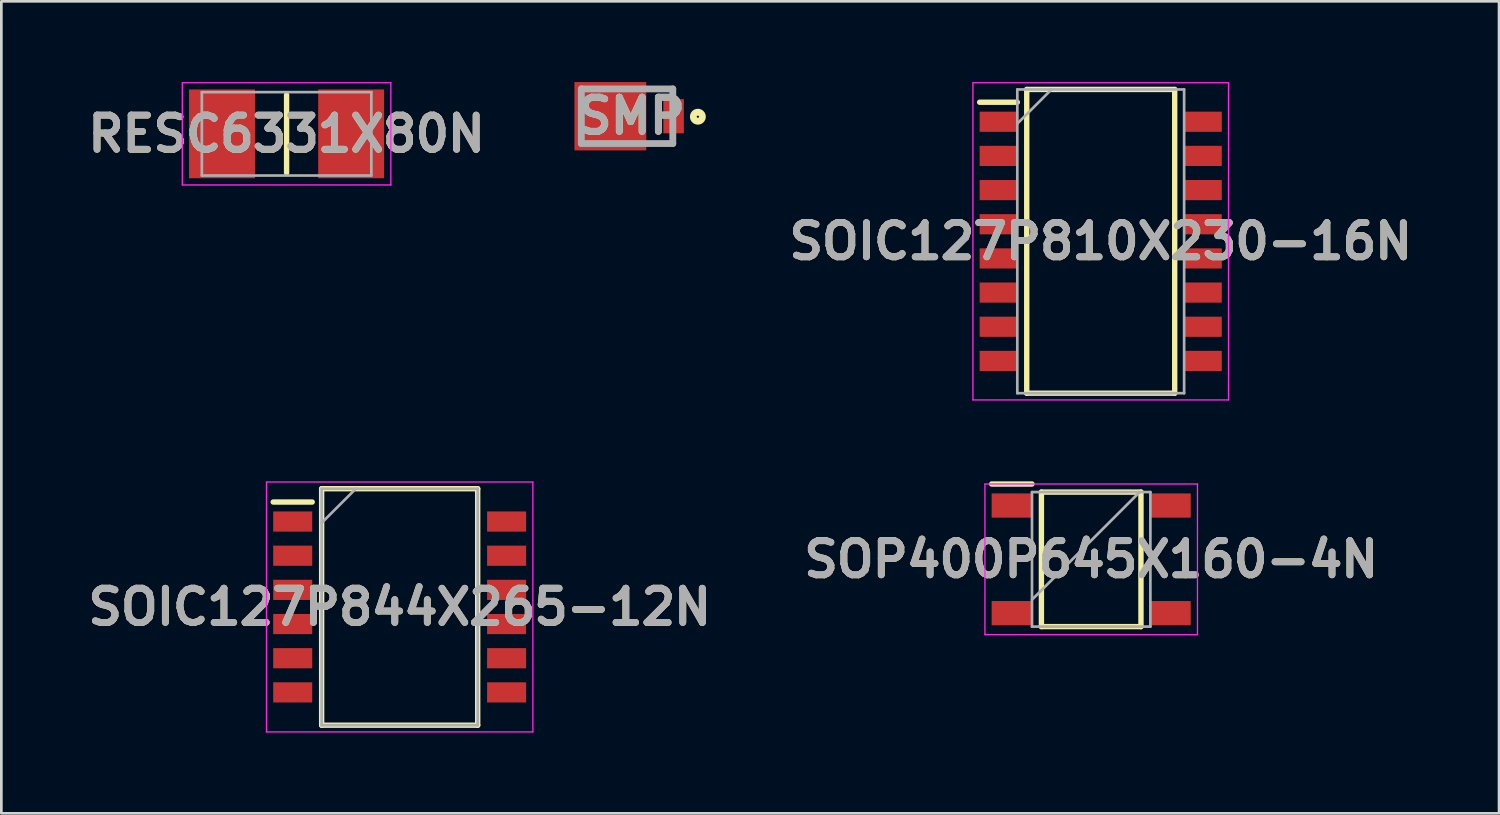
<source format=kicad_pcb>
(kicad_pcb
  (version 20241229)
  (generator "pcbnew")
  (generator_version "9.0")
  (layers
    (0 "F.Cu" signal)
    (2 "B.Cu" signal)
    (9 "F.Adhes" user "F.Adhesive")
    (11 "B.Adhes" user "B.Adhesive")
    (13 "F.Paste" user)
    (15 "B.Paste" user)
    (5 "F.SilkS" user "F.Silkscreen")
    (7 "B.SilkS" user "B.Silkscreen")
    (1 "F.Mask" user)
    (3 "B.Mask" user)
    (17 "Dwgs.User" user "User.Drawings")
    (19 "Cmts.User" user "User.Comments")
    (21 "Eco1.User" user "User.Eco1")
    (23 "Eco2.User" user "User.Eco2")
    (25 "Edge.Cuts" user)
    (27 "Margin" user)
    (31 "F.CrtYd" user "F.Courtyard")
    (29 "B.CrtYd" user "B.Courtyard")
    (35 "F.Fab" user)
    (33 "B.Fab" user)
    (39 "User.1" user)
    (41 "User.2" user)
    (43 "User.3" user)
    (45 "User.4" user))
  (footprint "SOIC127P810X230-16N"
    (layer "F.Cu")
    (at 37.862 5.92)
    (property "Reference" "SOIC127P810X230-16N" (at 0 0 0) (layer "F.SilkS") (effects (font (size 1.27 1.27) (thickness 0.254))))
    (attr smd)
    (fp_line (start -4.5 -5.17) (end -3.1 -5.17) (stroke (width 0.2) (type solid)) (layer "F.SilkS"))
    (fp_line (start -2.75 -5.645) (end 2.75 -5.645) (stroke (width 0.2) (type solid)) (layer "F.SilkS"))
    (fp_line (start -2.75 5.645) (end -2.75 -5.645) (stroke (width 0.2) (type solid)) (layer "F.SilkS"))
    (fp_line (start 2.75 -5.645) (end 2.75 5.645) (stroke (width 0.2) (type solid)) (layer "F.SilkS"))
    (fp_line (start 2.75 5.645) (end -2.75 5.645) (stroke (width 0.2) (type solid)) (layer "F.SilkS"))
    (fp_line (start -4.75 -5.895) (end 4.75 -5.895) (stroke (width 0.05) (type solid)) (layer "F.CrtYd"))
    (fp_line (start -4.75 5.895) (end -4.75 -5.895) (stroke (width 0.05) (type solid)) (layer "F.CrtYd"))
    (fp_line (start 4.75 -5.895) (end 4.75 5.895) (stroke (width 0.05) (type solid)) (layer "F.CrtYd"))
    (fp_line (start 4.75 5.895) (end -4.75 5.895) (stroke (width 0.05) (type solid)) (layer "F.CrtYd"))
    (fp_line (start -3.1 -5.645) (end 3.1 -5.645) (stroke (width 0.1) (type solid)) (layer "F.Fab"))
    (fp_line (start -3.1 -4.375) (end -1.83 -5.645) (stroke (width 0.1) (type solid)) (layer "F.Fab"))
    (fp_line (start -3.1 5.645) (end -3.1 -5.645) (stroke (width 0.1) (type solid)) (layer "F.Fab"))
    (fp_line (start 3.1 -5.645) (end 3.1 5.645) (stroke (width 0.1) (type solid)) (layer "F.Fab"))
    (fp_line (start 3.1 5.645) (end -3.1 5.645) (stroke (width 0.1) (type solid)) (layer "F.Fab"))
    (fp_text user "${REFERENCE}" (at 0 0 0) (layer "F.Fab") (effects (font (size 1.27 1.27) (thickness 0.254))))
    (pad "1" smd rect (at -3.8 -4.445 90) (size 0.75 1.4) (layers "F.Cu" "F.Mask" "F.Paste"))
    (pad "2" smd rect (at -3.8 -3.175 90) (size 0.75 1.4) (layers "F.Cu" "F.Mask" "F.Paste"))
    (pad "3" smd rect (at -3.8 -1.905 90) (size 0.75 1.4) (layers "F.Cu" "F.Mask" "F.Paste"))
    (pad "4" smd rect (at -3.8 -0.635 90) (size 0.75 1.4) (layers "F.Cu" "F.Mask" "F.Paste"))
    (pad "5" smd rect (at -3.8 0.635 90) (size 0.75 1.4) (layers "F.Cu" "F.Mask" "F.Paste"))
    (pad "6" smd rect (at -3.8 1.905 90) (size 0.75 1.4) (layers "F.Cu" "F.Mask" "F.Paste"))
    (pad "7" smd rect (at -3.8 3.175 90) (size 0.75 1.4) (layers "F.Cu" "F.Mask" "F.Paste"))
    (pad "8" smd rect (at -3.8 4.445 90) (size 0.75 1.4) (layers "F.Cu" "F.Mask" "F.Paste"))
    (pad "9" smd rect (at 3.8 4.445 90) (size 0.75 1.4) (layers "F.Cu" "F.Mask" "F.Paste"))
    (pad "10" smd rect (at 3.8 3.175 90) (size 0.75 1.4) (layers "F.Cu" "F.Mask" "F.Paste"))
    (pad "11" smd rect (at 3.8 1.905 90) (size 0.75 1.4) (layers "F.Cu" "F.Mask" "F.Paste"))
    (pad "12" smd rect (at 3.8 0.635 90) (size 0.75 1.4) (layers "F.Cu" "F.Mask" "F.Paste"))
    (pad "13" smd rect (at 3.8 -0.635 90) (size 0.75 1.4) (layers "F.Cu" "F.Mask" "F.Paste"))
    (pad "14" smd rect (at 3.8 -1.905 90) (size 0.75 1.4) (layers "F.Cu" "F.Mask" "F.Paste"))
    (pad "15" smd rect (at 3.8 -3.175 90) (size 0.75 1.4) (layers "F.Cu" "F.Mask" "F.Paste"))
    (pad "16" smd rect (at 3.8 -4.445 90) (size 0.75 1.4) (layers "F.Cu" "F.Mask" "F.Paste")))
  (footprint "RESC6331X80N"
    (layer "F.Cu")
    (at 7.602 1.925)
    (property "Reference" "RESC6331X80N" (at 0 0 0) (layer "F.SilkS") (effects (font (size 1.27 1.27) (thickness 0.254))))
    (attr smd)
    (fp_line (start 0 -1.45) (end 0 1.45) (stroke (width 0.2) (type solid)) (layer "F.SilkS"))
    (fp_line (start -3.875 -1.9) (end 3.875 -1.9) (stroke (width 0.05) (type solid)) (layer "F.CrtYd"))
    (fp_line (start -3.875 1.9) (end -3.875 -1.9) (stroke (width 0.05) (type solid)) (layer "F.CrtYd"))
    (fp_line (start 3.875 -1.9) (end 3.875 1.9) (stroke (width 0.05) (type solid)) (layer "F.CrtYd"))
    (fp_line (start 3.875 1.9) (end -3.875 1.9) (stroke (width 0.05) (type solid)) (layer "F.CrtYd"))
    (fp_line (start -3.15 -1.55) (end 3.15 -1.55) (stroke (width 0.1) (type solid)) (layer "F.Fab"))
    (fp_line (start -3.15 1.55) (end -3.15 -1.55) (stroke (width 0.1) (type solid)) (layer "F.Fab"))
    (fp_line (start 3.15 -1.55) (end 3.15 1.55) (stroke (width 0.1) (type solid)) (layer "F.Fab"))
    (fp_line (start 3.15 1.55) (end -3.15 1.55) (stroke (width 0.1) (type solid)) (layer "F.Fab"))
    (fp_text user "${REFERENCE}" (at 0 0 0) (layer "F.Fab") (effects (font (size 1.27 1.27) (thickness 0.254))))
    (pad "1" smd rect (at -2.4 0) (size 2.45 3.3) (layers "F.Cu" "F.Mask" "F.Paste"))
    (pad "2" smd rect (at 2.4 0) (size 2.45 3.3) (layers "F.Cu" "F.Mask" "F.Paste")))
  (footprint "SOIC127P844X265-12N"
    (layer "F.Cu")
    (at 11.805 19.51)
    (property "Reference" "SOIC127P844X265-12N" (at 0 0 0) (layer "F.SilkS") (effects (font (size 1.27 1.27) (thickness 0.254))))
    (attr smd)
    (fp_line (start -4.7 -3.9) (end -3.25 -3.9) (stroke (width 0.2) (type solid)) (layer "F.SilkS"))
    (fp_line (start -2.9 -4.395) (end 2.9 -4.395) (stroke (width 0.2) (type solid)) (layer "F.SilkS"))
    (fp_line (start -2.9 4.395) (end -2.9 -4.395) (stroke (width 0.2) (type solid)) (layer "F.SilkS"))
    (fp_line (start 2.9 -4.395) (end 2.9 4.395) (stroke (width 0.2) (type solid)) (layer "F.SilkS"))
    (fp_line (start 2.9 4.395) (end -2.9 4.395) (stroke (width 0.2) (type solid)) (layer "F.SilkS"))
    (fp_line (start -4.95 -4.645) (end 4.95 -4.645) (stroke (width 0.05) (type solid)) (layer "F.CrtYd"))
    (fp_line (start -4.95 4.645) (end -4.95 -4.645) (stroke (width 0.05) (type solid)) (layer "F.CrtYd"))
    (fp_line (start 4.95 -4.645) (end 4.95 4.645) (stroke (width 0.05) (type solid)) (layer "F.CrtYd"))
    (fp_line (start 4.95 4.645) (end -4.95 4.645) (stroke (width 0.05) (type solid)) (layer "F.CrtYd"))
    (fp_line (start -2.9 -4.395) (end 2.9 -4.395) (stroke (width 0.1) (type solid)) (layer "F.Fab"))
    (fp_line (start -2.9 -3.125) (end -1.63 -4.395) (stroke (width 0.1) (type solid)) (layer "F.Fab"))
    (fp_line (start -2.9 4.395) (end -2.9 -4.395) (stroke (width 0.1) (type solid)) (layer "F.Fab"))
    (fp_line (start 2.9 -4.395) (end 2.9 4.395) (stroke (width 0.1) (type solid)) (layer "F.Fab"))
    (fp_line (start 2.9 4.395) (end -2.9 4.395) (stroke (width 0.1) (type solid)) (layer "F.Fab"))
    (fp_text user "${REFERENCE}" (at 0 0 0) (layer "F.Fab") (effects (font (size 1.27 1.27) (thickness 0.254))))
    (pad "1" smd rect (at -3.975 -3.175 90) (size 0.75 1.45) (layers "F.Cu" "F.Mask" "F.Paste"))
    (pad "2" smd rect (at -3.975 -1.905 90) (size 0.75 1.45) (layers "F.Cu" "F.Mask" "F.Paste"))
    (pad "3" smd rect (at -3.975 -0.635 90) (size 0.75 1.45) (layers "F.Cu" "F.Mask" "F.Paste"))
    (pad "4" smd rect (at -3.975 0.635 90) (size 0.75 1.45) (layers "F.Cu" "F.Mask" "F.Paste"))
    (pad "5" smd rect (at -3.975 1.905 90) (size 0.75 1.45) (layers "F.Cu" "F.Mask" "F.Paste"))
    (pad "6" smd rect (at -3.975 3.175 90) (size 0.75 1.45) (layers "F.Cu" "F.Mask" "F.Paste"))
    (pad "7" smd rect (at 3.975 3.175 90) (size 0.75 1.45) (layers "F.Cu" "F.Mask" "F.Paste"))
    (pad "8" smd rect (at 3.975 1.905 90) (size 0.75 1.45) (layers "F.Cu" "F.Mask" "F.Paste"))
    (pad "9" smd rect (at 3.975 0.635 90) (size 0.75 1.45) (layers "F.Cu" "F.Mask" "F.Paste"))
    (pad "10" smd rect (at 3.975 -0.635 90) (size 0.75 1.45) (layers "F.Cu" "F.Mask" "F.Paste"))
    (pad "11" smd rect (at 3.975 -1.905 90) (size 0.75 1.45) (layers "F.Cu" "F.Mask" "F.Paste"))
    (pad "12" smd rect (at 3.975 -3.175 90) (size 0.75 1.45) (layers "F.Cu" "F.Mask" "F.Paste")))
  (footprint "SMP"
    (layer "F.Cu")
    (at 21.957 1.27)
    (property "Reference" "SMP" (at -1.534 -0.011 0) (layer "F.SilkS") (effects (font (size 1.27 1.27) (thickness 0.254))))
    (attr smd)
    (fp_circle (center 0.932 0.018) (end 0.932 0.059) (stroke (width 0.254) (type solid)) (fill no) (layer "F.SilkS"))
    (fp_line (start -3.4 -1.015) (end 0 -1.015) (stroke (width 0.254) (type solid)) (layer "F.Fab"))
    (fp_line (start -3.4 1.015) (end -3.4 -1.015) (stroke (width 0.254) (type solid)) (layer "F.Fab"))
    (fp_line (start 0 -1.015) (end 0 1.015) (stroke (width 0.254) (type solid)) (layer "F.Fab"))
    (fp_line (start 0 1.015) (end -3.4 1.015) (stroke (width 0.254) (type solid)) (layer "F.Fab"))
    (fp_text user "${REFERENCE}" (at -1.534 -0.011 0) (layer "F.Fab") (effects (font (size 1.27 1.27) (thickness 0.254))))
    (pad "1" smd rect (at 0.03 0) (size 0.762 1.27) (layers "F.Cu" "F.Mask" "F.Paste"))
    (pad "2" smd rect (at -2.321 0 90) (size 2.54 2.67) (layers "F.Cu" "F.Mask" "F.Paste")))
  (footprint "SOP400P645X160-4N"
    (layer "F.Cu")
    (at 37.508 17.74)
    (property "Reference" "SOP400P645X160-4N" (at 0 0 0) (layer "F.SilkS") (effects (font (size 1.27 1.27) (thickness 0.254))))
    (attr smd)
    (fp_line (start -3.7 -2.8) (end -2.2 -2.8) (stroke (width 0.2) (type solid)) (layer "F.SilkS"))
    (fp_line (start -1.85 -2.5) (end 1.85 -2.5) (stroke (width 0.2) (type solid)) (layer "F.SilkS"))
    (fp_line (start -1.85 2.5) (end -1.85 -2.5) (stroke (width 0.2) (type solid)) (layer "F.SilkS"))
    (fp_line (start 1.85 -2.5) (end 1.85 2.5) (stroke (width 0.2) (type solid)) (layer "F.SilkS"))
    (fp_line (start 1.85 2.5) (end -1.85 2.5) (stroke (width 0.2) (type solid)) (layer "F.SilkS"))
    (fp_line (start -3.95 -2.8) (end 3.95 -2.8) (stroke (width 0.05) (type solid)) (layer "F.CrtYd"))
    (fp_line (start -3.95 2.8) (end -3.95 -2.8) (stroke (width 0.05) (type solid)) (layer "F.CrtYd"))
    (fp_line (start 3.95 -2.8) (end 3.95 2.8) (stroke (width 0.05) (type solid)) (layer "F.CrtYd"))
    (fp_line (start 3.95 2.8) (end -3.95 2.8) (stroke (width 0.05) (type solid)) (layer "F.CrtYd"))
    (fp_line (start -2.2 -2.5) (end 2.2 -2.5) (stroke (width 0.1) (type solid)) (layer "F.Fab"))
    (fp_line (start -2.2 1.5) (end 1.8 -2.5) (stroke (width 0.1) (type solid)) (layer "F.Fab"))
    (fp_line (start -2.2 2.5) (end -2.2 -2.5) (stroke (width 0.1) (type solid)) (layer "F.Fab"))
    (fp_line (start 2.2 -2.5) (end 2.2 2.5) (stroke (width 0.1) (type solid)) (layer "F.Fab"))
    (fp_line (start 2.2 2.5) (end -2.2 2.5) (stroke (width 0.1) (type solid)) (layer "F.Fab"))
    (fp_text user "${REFERENCE}" (at 0 0 0) (layer "F.Fab") (effects (font (size 1.27 1.27) (thickness 0.254))))
    (pad "1" smd rect (at -2.95 -2 90) (size 0.9 1.5) (layers "F.Cu" "F.Mask" "F.Paste"))
    (pad "2" smd rect (at -2.95 2 90) (size 0.9 1.5) (layers "F.Cu" "F.Mask" "F.Paste"))
    (pad "3" smd rect (at 2.95 2 90) (size 0.9 1.5) (layers "F.Cu" "F.Mask" "F.Paste"))
    (pad "4" smd rect (at 2.95 -2 90) (size 0.9 1.5) (layers "F.Cu" "F.Mask" "F.Paste")))
  (gr_rect
    (start -3 -3)
    (end 52.667 27.18)
    (stroke (width 0.1) (type default))
    (fill no)
    (layer "Edge.Cuts")))
</source>
